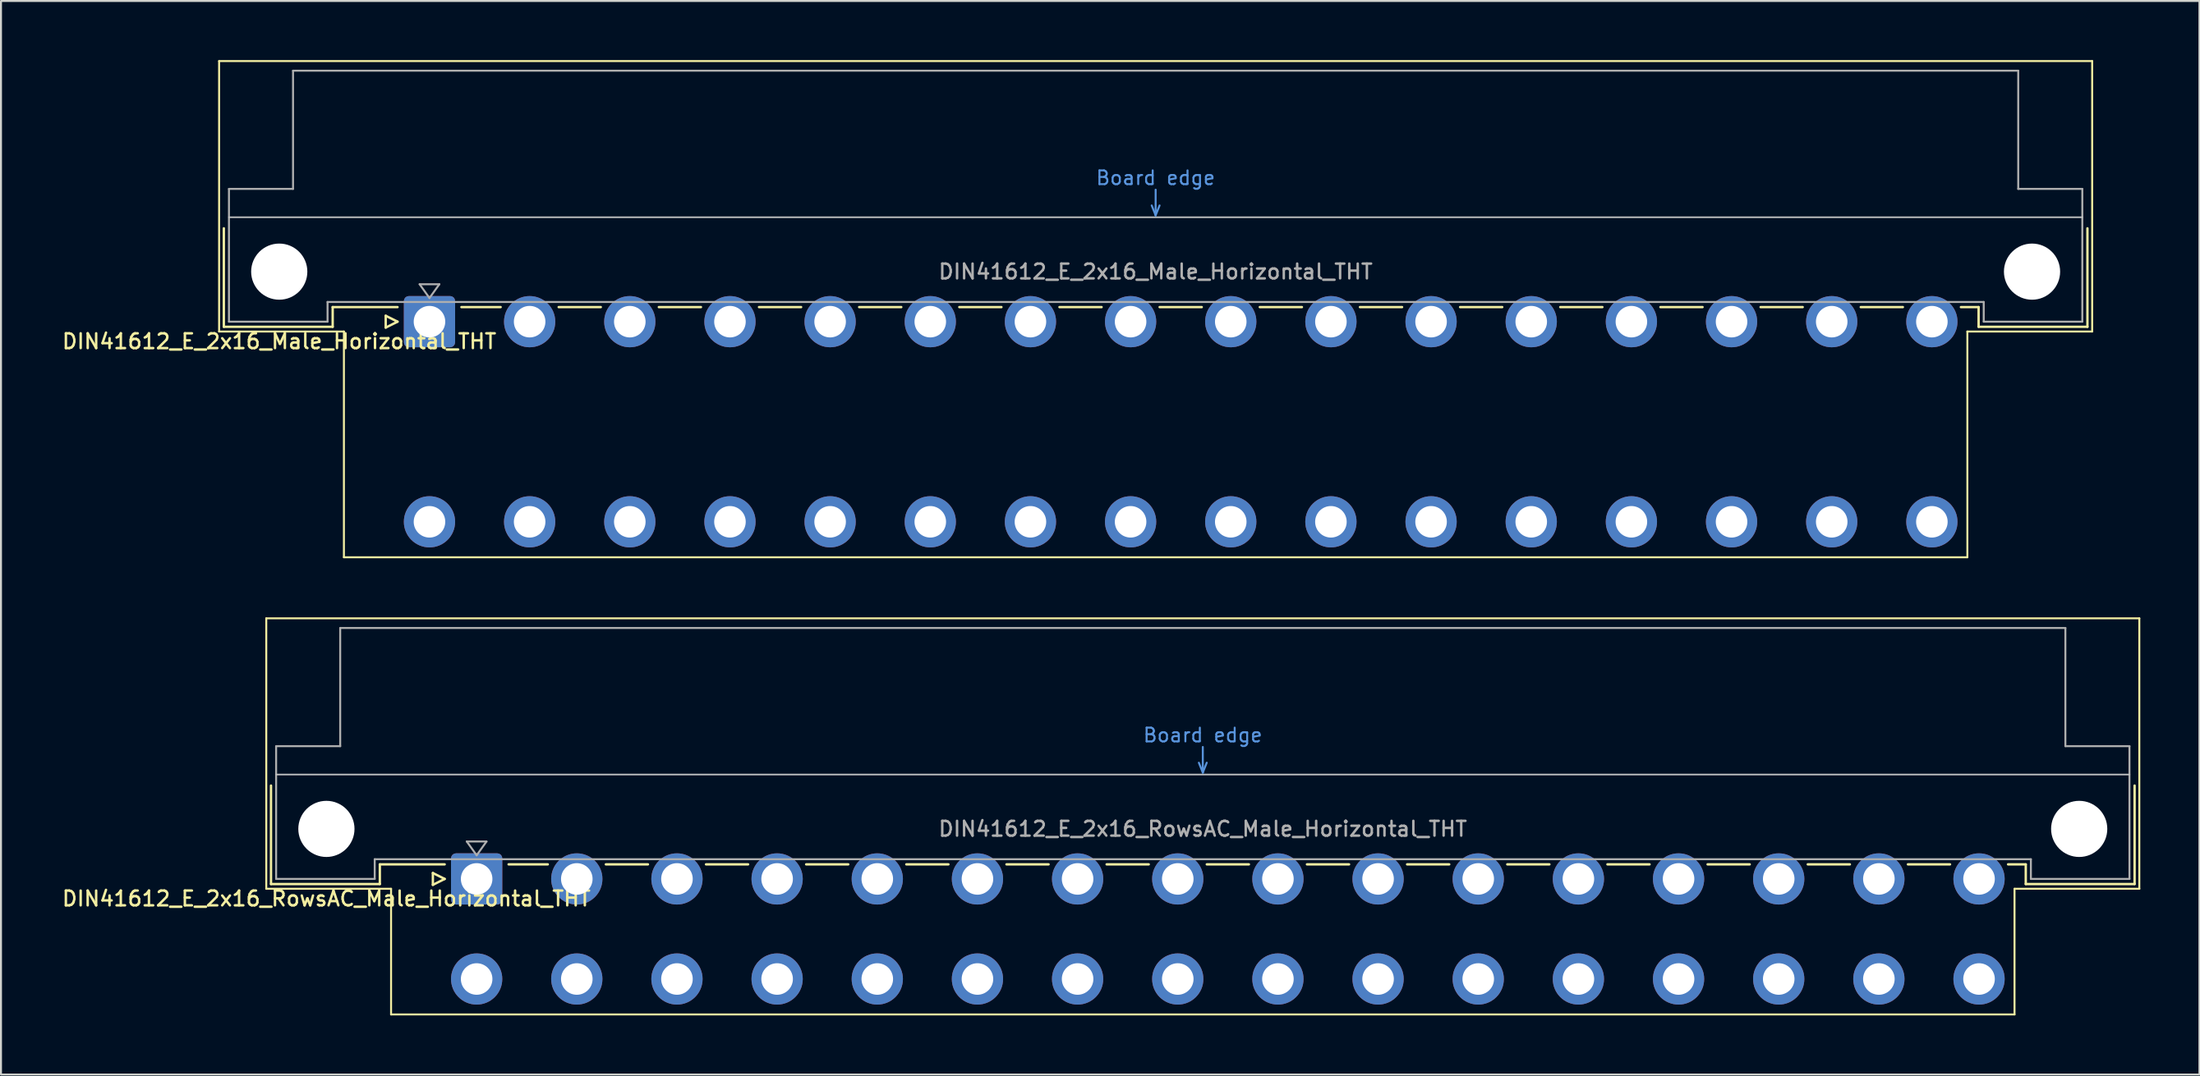
<source format=kicad_pcb>
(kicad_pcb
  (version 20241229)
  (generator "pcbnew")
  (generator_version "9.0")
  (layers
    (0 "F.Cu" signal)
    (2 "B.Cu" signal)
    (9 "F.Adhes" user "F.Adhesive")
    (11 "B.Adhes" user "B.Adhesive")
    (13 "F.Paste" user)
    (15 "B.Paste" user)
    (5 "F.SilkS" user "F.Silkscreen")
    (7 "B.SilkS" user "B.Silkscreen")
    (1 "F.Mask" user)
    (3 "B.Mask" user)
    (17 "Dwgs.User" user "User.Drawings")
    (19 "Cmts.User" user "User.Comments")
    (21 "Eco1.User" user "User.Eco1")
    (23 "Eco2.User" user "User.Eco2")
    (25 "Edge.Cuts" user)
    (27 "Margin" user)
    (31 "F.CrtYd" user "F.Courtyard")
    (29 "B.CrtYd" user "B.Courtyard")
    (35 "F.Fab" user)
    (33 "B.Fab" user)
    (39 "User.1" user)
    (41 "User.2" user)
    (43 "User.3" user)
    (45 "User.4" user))
  (footprint "DIN41612_E_2x16_RowsAC_Male_Horizontal_THT"
    (layer "F.Cu")
    (at 18.585 41.57)
    (property "Reference" "DIN41612_E_2x16_RowsAC_Male_Horizontal_THT" (at -5.08 1 0) (layer "F.SilkS") (effects (font (size 0.75 0.75) (thickness 0.125))))
    (attr through_hole)
    (fp_line (start -8.13 -13.23) (end -8.13 0.5) (stroke (width 0.1) (type solid)) (layer "F.SilkS"))
    (fp_line (start -8.13 0.5) (end -1.8 0.5) (stroke (width 0.1) (type solid)) (layer "F.SilkS"))
    (fp_line (start -7.89 -4.74) (end -7.89 0.26) (stroke (width 0.12) (type solid)) (layer "F.SilkS"))
    (fp_line (start -7.89 0.26) (end -2.37 0.26) (stroke (width 0.12) (type solid)) (layer "F.SilkS"))
    (fp_line (start -2.371 -0.74) (end 0.92 -0.74) (stroke (width 0.12) (type solid)) (layer "F.SilkS"))
    (fp_line (start -2.37 0.26) (end -2.37 -0.74) (stroke (width 0.12) (type solid)) (layer "F.SilkS"))
    (fp_line (start -1.8 0.5) (end -1.8 6.88) (stroke (width 0.1) (type solid)) (layer "F.SilkS"))
    (fp_line (start -1.8 6.88) (end 80.54 6.88) (stroke (width 0.1) (type solid)) (layer "F.SilkS"))
    (fp_line (start 0.32 -0.3) (end 0.32 0.3) (stroke (width 0.12) (type solid)) (layer "F.SilkS"))
    (fp_line (start 0.32 0.3) (end 0.92 0) (stroke (width 0.12) (type solid)) (layer "F.SilkS"))
    (fp_line (start 0.92 0) (end 0.32 -0.3) (stroke (width 0.12) (type solid)) (layer "F.SilkS"))
    (fp_line (start 4.16 -0.74) (end 6.149 -0.74) (stroke (width 0.12) (type solid)) (layer "F.SilkS"))
    (fp_line (start 9.092 -0.74) (end 11.229 -0.74) (stroke (width 0.12) (type solid)) (layer "F.SilkS"))
    (fp_line (start 14.172 -0.74) (end 16.309 -0.74) (stroke (width 0.12) (type solid)) (layer "F.SilkS"))
    (fp_line (start 19.252 -0.74) (end 21.389 -0.74) (stroke (width 0.12) (type solid)) (layer "F.SilkS"))
    (fp_line (start 24.332 -0.74) (end 26.469 -0.74) (stroke (width 0.12) (type solid)) (layer "F.SilkS"))
    (fp_line (start 29.412 -0.74) (end 31.549 -0.74) (stroke (width 0.12) (type solid)) (layer "F.SilkS"))
    (fp_line (start 34.492 -0.74) (end 36.629 -0.74) (stroke (width 0.12) (type solid)) (layer "F.SilkS"))
    (fp_line (start 39.572 -0.74) (end 41.709 -0.74) (stroke (width 0.12) (type solid)) (layer "F.SilkS"))
    (fp_line (start 44.652 -0.74) (end 46.789 -0.74) (stroke (width 0.12) (type solid)) (layer "F.SilkS"))
    (fp_line (start 49.732 -0.74) (end 51.869 -0.74) (stroke (width 0.12) (type solid)) (layer "F.SilkS"))
    (fp_line (start 54.812 -0.74) (end 56.949 -0.74) (stroke (width 0.12) (type solid)) (layer "F.SilkS"))
    (fp_line (start 59.892 -0.74) (end 62.029 -0.74) (stroke (width 0.12) (type solid)) (layer "F.SilkS"))
    (fp_line (start 64.972 -0.74) (end 67.109 -0.74) (stroke (width 0.12) (type solid)) (layer "F.SilkS"))
    (fp_line (start 70.052 -0.74) (end 72.189 -0.74) (stroke (width 0.12) (type solid)) (layer "F.SilkS"))
    (fp_line (start 75.132 -0.74) (end 77.269 -0.74) (stroke (width 0.12) (type solid)) (layer "F.SilkS"))
    (fp_line (start 80.212 -0.74) (end 81.11 -0.74) (stroke (width 0.12) (type solid)) (layer "F.SilkS"))
    (fp_line (start 80.54 0.5) (end 86.87 0.5) (stroke (width 0.1) (type solid)) (layer "F.SilkS"))
    (fp_line (start 80.54 6.88) (end 80.54 0.5) (stroke (width 0.1) (type solid)) (layer "F.SilkS"))
    (fp_line (start 81.11 0.26) (end 81.11 -0.74) (stroke (width 0.12) (type solid)) (layer "F.SilkS"))
    (fp_line (start 86.63 -4.74) (end 86.63 0.26) (stroke (width 0.12) (type solid)) (layer "F.SilkS"))
    (fp_line (start 86.63 0.26) (end 81.11 0.26) (stroke (width 0.12) (type solid)) (layer "F.SilkS"))
    (fp_line (start 86.87 -13.23) (end -8.13 -13.23) (stroke (width 0.1) (type solid)) (layer "F.SilkS"))
    (fp_line (start 86.87 0.5) (end 86.87 -13.23) (stroke (width 0.1) (type solid)) (layer "F.SilkS"))
    (fp_line (start -7.63 -5.3) (end 86.37 -5.3) (stroke (width 0.08) (type solid)) (layer "Dwgs.User"))
    (fp_line (start 39.17 -5.9) (end 39.37 -5.4) (stroke (width 0.1) (type solid)) (layer "Cmts.User"))
    (fp_line (start 39.37 -5.4) (end 39.37 -6.7) (stroke (width 0.1) (type solid)) (layer "Cmts.User"))
    (fp_line (start 39.37 -5.4) (end 39.57 -5.9) (stroke (width 0.1) (type solid)) (layer "Cmts.User"))
    (fp_line (start -7.63 -6.74) (end -7.63 0) (stroke (width 0.1) (type solid)) (layer "F.Fab"))
    (fp_line (start -7.63 0) (end -2.63 0) (stroke (width 0.1) (type solid)) (layer "F.Fab"))
    (fp_line (start -4.38 -12.74) (end -4.38 -6.74) (stroke (width 0.1) (type solid)) (layer "F.Fab"))
    (fp_line (start -4.38 -6.74) (end -7.63 -6.74) (stroke (width 0.1) (type solid)) (layer "F.Fab"))
    (fp_line (start -2.63 -1) (end 81.37 -1) (stroke (width 0.1) (type solid)) (layer "F.Fab"))
    (fp_line (start -2.63 0) (end -2.63 -1) (stroke (width 0.1) (type solid)) (layer "F.Fab"))
    (fp_line (start 2.04 -1.9) (end 3.04 -1.9) (stroke (width 0.1) (type solid)) (layer "F.Fab"))
    (fp_line (start 2.54 -1.2) (end 2.04 -1.9) (stroke (width 0.1) (type solid)) (layer "F.Fab"))
    (fp_line (start 3.04 -1.9) (end 2.54 -1.2) (stroke (width 0.1) (type solid)) (layer "F.Fab"))
    (fp_line (start 81.37 -1) (end 81.37 0) (stroke (width 0.1) (type solid)) (layer "F.Fab"))
    (fp_line (start 81.37 0) (end 86.37 0) (stroke (width 0.1) (type solid)) (layer "F.Fab"))
    (fp_line (start 83.12 -12.74) (end -4.38 -12.74) (stroke (width 0.1) (type solid)) (layer "F.Fab"))
    (fp_line (start 83.12 -6.74) (end 83.12 -12.74) (stroke (width 0.1) (type solid)) (layer "F.Fab"))
    (fp_line (start 86.37 -6.74) (end 83.12 -6.74) (stroke (width 0.1) (type solid)) (layer "F.Fab"))
    (fp_line (start 86.37 0) (end 86.37 -6.74) (stroke (width 0.1) (type solid)) (layer "F.Fab"))
    (fp_text user "Board edge" (at 39.37 -7.3 0) (layer "Cmts.User") (effects (font (size 0.7 0.7) (thickness 0.1))))
    (fp_text user "${REFERENCE}" (at 39.37 -2.54 0) (layer "F.Fab") (effects (font (size 0.75 0.75) (thickness 0.125))))
    (pad "" np_thru_hole circle (at -5.08 -2.54) (size 2.85 2.85) (drill 2.85) (layers "*.Cu" "*.Mask"))
    (pad "" np_thru_hole circle (at 83.82 -2.54) (size 2.85 2.85) (drill 2.85) (layers "*.Cu" "*.Mask"))
    (pad "a2" thru_hole roundrect (at 2.54 0) (size 2.6 2.6) (drill 1.6) (layers "*.Cu" "*.Mask") (roundrect_rratio 0.096))
    (pad "a4" thru_hole circle (at 7.62 0) (size 2.6 2.6) (drill 1.6) (layers "*.Cu" "*.Mask"))
    (pad "a6" thru_hole circle (at 12.7 0) (size 2.6 2.6) (drill 1.6) (layers "*.Cu" "*.Mask"))
    (pad "a8" thru_hole circle (at 17.78 0) (size 2.6 2.6) (drill 1.6) (layers "*.Cu" "*.Mask"))
    (pad "a10" thru_hole circle (at 22.86 0) (size 2.6 2.6) (drill 1.6) (layers "*.Cu" "*.Mask"))
    (pad "a12" thru_hole circle (at 27.94 0) (size 2.6 2.6) (drill 1.6) (layers "*.Cu" "*.Mask"))
    (pad "a14" thru_hole circle (at 33.02 0) (size 2.6 2.6) (drill 1.6) (layers "*.Cu" "*.Mask"))
    (pad "a16" thru_hole circle (at 38.1 0) (size 2.6 2.6) (drill 1.6) (layers "*.Cu" "*.Mask"))
    (pad "a18" thru_hole circle (at 43.18 0) (size 2.6 2.6) (drill 1.6) (layers "*.Cu" "*.Mask"))
    (pad "a20" thru_hole circle (at 48.26 0) (size 2.6 2.6) (drill 1.6) (layers "*.Cu" "*.Mask"))
    (pad "a22" thru_hole circle (at 53.34 0) (size 2.6 2.6) (drill 1.6) (layers "*.Cu" "*.Mask"))
    (pad "a24" thru_hole circle (at 58.42 0) (size 2.6 2.6) (drill 1.6) (layers "*.Cu" "*.Mask"))
    (pad "a26" thru_hole circle (at 63.5 0) (size 2.6 2.6) (drill 1.6) (layers "*.Cu" "*.Mask"))
    (pad "a28" thru_hole circle (at 68.58 0) (size 2.6 2.6) (drill 1.6) (layers "*.Cu" "*.Mask"))
    (pad "a30" thru_hole circle (at 73.66 0) (size 2.6 2.6) (drill 1.6) (layers "*.Cu" "*.Mask"))
    (pad "a32" thru_hole circle (at 78.74 0) (size 2.6 2.6) (drill 1.6) (layers "*.Cu" "*.Mask"))
    (pad "c2" thru_hole circle (at 2.54 5.08) (size 2.6 2.6) (drill 1.6) (layers "*.Cu" "*.Mask"))
    (pad "c4" thru_hole circle (at 7.62 5.08) (size 2.6 2.6) (drill 1.6) (layers "*.Cu" "*.Mask"))
    (pad "c6" thru_hole circle (at 12.7 5.08) (size 2.6 2.6) (drill 1.6) (layers "*.Cu" "*.Mask"))
    (pad "c8" thru_hole circle (at 17.78 5.08) (size 2.6 2.6) (drill 1.6) (layers "*.Cu" "*.Mask"))
    (pad "c10" thru_hole circle (at 22.86 5.08) (size 2.6 2.6) (drill 1.6) (layers "*.Cu" "*.Mask"))
    (pad "c12" thru_hole circle (at 27.94 5.08) (size 2.6 2.6) (drill 1.6) (layers "*.Cu" "*.Mask"))
    (pad "c14" thru_hole circle (at 33.02 5.08) (size 2.6 2.6) (drill 1.6) (layers "*.Cu" "*.Mask"))
    (pad "c16" thru_hole circle (at 38.1 5.08) (size 2.6 2.6) (drill 1.6) (layers "*.Cu" "*.Mask"))
    (pad "c18" thru_hole circle (at 43.18 5.08) (size 2.6 2.6) (drill 1.6) (layers "*.Cu" "*.Mask"))
    (pad "c20" thru_hole circle (at 48.26 5.08) (size 2.6 2.6) (drill 1.6) (layers "*.Cu" "*.Mask"))
    (pad "c22" thru_hole circle (at 53.34 5.08) (size 2.6 2.6) (drill 1.6) (layers "*.Cu" "*.Mask"))
    (pad "c24" thru_hole circle (at 58.42 5.08) (size 2.6 2.6) (drill 1.6) (layers "*.Cu" "*.Mask"))
    (pad "c26" thru_hole circle (at 63.5 5.08) (size 2.6 2.6) (drill 1.6) (layers "*.Cu" "*.Mask"))
    (pad "c28" thru_hole circle (at 68.58 5.08) (size 2.6 2.6) (drill 1.6) (layers "*.Cu" "*.Mask"))
    (pad "c30" thru_hole circle (at 73.66 5.08) (size 2.6 2.6) (drill 1.6) (layers "*.Cu" "*.Mask"))
    (pad "c32" thru_hole circle (at 78.74 5.08) (size 2.6 2.6) (drill 1.6) (layers "*.Cu" "*.Mask")))
  (footprint "DIN41612_E_2x16_Male_Horizontal_THT"
    (layer "F.Cu")
    (at 16.193 13.28)
    (property "Reference" "DIN41612_E_2x16_Male_Horizontal_THT" (at -5.08 1 0) (layer "F.SilkS") (effects (font (size 0.75 0.75) (thickness 0.125))))
    (attr through_hole)
    (fp_line (start -8.13 -13.23) (end -8.13 0.5) (stroke (width 0.1) (type solid)) (layer "F.SilkS"))
    (fp_line (start -8.13 0.5) (end -1.8 0.5) (stroke (width 0.1) (type solid)) (layer "F.SilkS"))
    (fp_line (start -7.89 -4.74) (end -7.89 0.26) (stroke (width 0.12) (type solid)) (layer "F.SilkS"))
    (fp_line (start -7.89 0.26) (end -2.37 0.26) (stroke (width 0.12) (type solid)) (layer "F.SilkS"))
    (fp_line (start -2.371 -0.74) (end 0.92 -0.74) (stroke (width 0.12) (type solid)) (layer "F.SilkS"))
    (fp_line (start -2.37 0.26) (end -2.37 -0.74) (stroke (width 0.12) (type solid)) (layer "F.SilkS"))
    (fp_line (start -1.8 0.5) (end -1.8 11.96) (stroke (width 0.1) (type solid)) (layer "F.SilkS"))
    (fp_line (start -1.8 11.96) (end 80.54 11.96) (stroke (width 0.1) (type solid)) (layer "F.SilkS"))
    (fp_line (start 0.32 -0.3) (end 0.32 0.3) (stroke (width 0.12) (type solid)) (layer "F.SilkS"))
    (fp_line (start 0.32 0.3) (end 0.92 0) (stroke (width 0.12) (type solid)) (layer "F.SilkS"))
    (fp_line (start 0.92 0) (end 0.32 -0.3) (stroke (width 0.12) (type solid)) (layer "F.SilkS"))
    (fp_line (start 4.16 -0.74) (end 6.149 -0.74) (stroke (width 0.12) (type solid)) (layer "F.SilkS"))
    (fp_line (start 9.092 -0.74) (end 11.229 -0.74) (stroke (width 0.12) (type solid)) (layer "F.SilkS"))
    (fp_line (start 14.172 -0.74) (end 16.309 -0.74) (stroke (width 0.12) (type solid)) (layer "F.SilkS"))
    (fp_line (start 19.252 -0.74) (end 21.389 -0.74) (stroke (width 0.12) (type solid)) (layer "F.SilkS"))
    (fp_line (start 24.332 -0.74) (end 26.469 -0.74) (stroke (width 0.12) (type solid)) (layer "F.SilkS"))
    (fp_line (start 29.412 -0.74) (end 31.549 -0.74) (stroke (width 0.12) (type solid)) (layer "F.SilkS"))
    (fp_line (start 34.492 -0.74) (end 36.629 -0.74) (stroke (width 0.12) (type solid)) (layer "F.SilkS"))
    (fp_line (start 39.572 -0.74) (end 41.709 -0.74) (stroke (width 0.12) (type solid)) (layer "F.SilkS"))
    (fp_line (start 44.652 -0.74) (end 46.789 -0.74) (stroke (width 0.12) (type solid)) (layer "F.SilkS"))
    (fp_line (start 49.732 -0.74) (end 51.869 -0.74) (stroke (width 0.12) (type solid)) (layer "F.SilkS"))
    (fp_line (start 54.812 -0.74) (end 56.949 -0.74) (stroke (width 0.12) (type solid)) (layer "F.SilkS"))
    (fp_line (start 59.892 -0.74) (end 62.029 -0.74) (stroke (width 0.12) (type solid)) (layer "F.SilkS"))
    (fp_line (start 64.972 -0.74) (end 67.109 -0.74) (stroke (width 0.12) (type solid)) (layer "F.SilkS"))
    (fp_line (start 70.052 -0.74) (end 72.189 -0.74) (stroke (width 0.12) (type solid)) (layer "F.SilkS"))
    (fp_line (start 75.132 -0.74) (end 77.269 -0.74) (stroke (width 0.12) (type solid)) (layer "F.SilkS"))
    (fp_line (start 80.212 -0.74) (end 81.11 -0.74) (stroke (width 0.12) (type solid)) (layer "F.SilkS"))
    (fp_line (start 80.54 0.5) (end 86.87 0.5) (stroke (width 0.1) (type solid)) (layer "F.SilkS"))
    (fp_line (start 80.54 11.96) (end 80.54 0.5) (stroke (width 0.1) (type solid)) (layer "F.SilkS"))
    (fp_line (start 81.11 0.26) (end 81.11 -0.74) (stroke (width 0.12) (type solid)) (layer "F.SilkS"))
    (fp_line (start 86.63 -4.74) (end 86.63 0.26) (stroke (width 0.12) (type solid)) (layer "F.SilkS"))
    (fp_line (start 86.63 0.26) (end 81.11 0.26) (stroke (width 0.12) (type solid)) (layer "F.SilkS"))
    (fp_line (start 86.87 -13.23) (end -8.13 -13.23) (stroke (width 0.1) (type solid)) (layer "F.SilkS"))
    (fp_line (start 86.87 0.5) (end 86.87 -13.23) (stroke (width 0.1) (type solid)) (layer "F.SilkS"))
    (fp_line (start -7.63 -5.3) (end 86.37 -5.3) (stroke (width 0.08) (type solid)) (layer "Dwgs.User"))
    (fp_line (start 39.17 -5.9) (end 39.37 -5.4) (stroke (width 0.1) (type solid)) (layer "Cmts.User"))
    (fp_line (start 39.37 -5.4) (end 39.37 -6.7) (stroke (width 0.1) (type solid)) (layer "Cmts.User"))
    (fp_line (start 39.37 -5.4) (end 39.57 -5.9) (stroke (width 0.1) (type solid)) (layer "Cmts.User"))
    (fp_line (start -7.63 -6.74) (end -7.63 0) (stroke (width 0.1) (type solid)) (layer "F.Fab"))
    (fp_line (start -7.63 0) (end -2.63 0) (stroke (width 0.1) (type solid)) (layer "F.Fab"))
    (fp_line (start -4.38 -12.74) (end -4.38 -6.74) (stroke (width 0.1) (type solid)) (layer "F.Fab"))
    (fp_line (start -4.38 -6.74) (end -7.63 -6.74) (stroke (width 0.1) (type solid)) (layer "F.Fab"))
    (fp_line (start -2.63 -1) (end 81.37 -1) (stroke (width 0.1) (type solid)) (layer "F.Fab"))
    (fp_line (start -2.63 0) (end -2.63 -1) (stroke (width 0.1) (type solid)) (layer "F.Fab"))
    (fp_line (start 2.04 -1.9) (end 3.04 -1.9) (stroke (width 0.1) (type solid)) (layer "F.Fab"))
    (fp_line (start 2.54 -1.2) (end 2.04 -1.9) (stroke (width 0.1) (type solid)) (layer "F.Fab"))
    (fp_line (start 3.04 -1.9) (end 2.54 -1.2) (stroke (width 0.1) (type solid)) (layer "F.Fab"))
    (fp_line (start 81.37 -1) (end 81.37 0) (stroke (width 0.1) (type solid)) (layer "F.Fab"))
    (fp_line (start 81.37 0) (end 86.37 0) (stroke (width 0.1) (type solid)) (layer "F.Fab"))
    (fp_line (start 83.12 -12.74) (end -4.38 -12.74) (stroke (width 0.1) (type solid)) (layer "F.Fab"))
    (fp_line (start 83.12 -6.74) (end 83.12 -12.74) (stroke (width 0.1) (type solid)) (layer "F.Fab"))
    (fp_line (start 86.37 -6.74) (end 83.12 -6.74) (stroke (width 0.1) (type solid)) (layer "F.Fab"))
    (fp_line (start 86.37 0) (end 86.37 -6.74) (stroke (width 0.1) (type solid)) (layer "F.Fab"))
    (fp_text user "Board edge" (at 39.37 -7.3 0) (layer "Cmts.User") (effects (font (size 0.7 0.7) (thickness 0.1))))
    (fp_text user "${REFERENCE}" (at 39.37 -2.54 0) (layer "F.Fab") (effects (font (size 0.75 0.75) (thickness 0.125))))
    (pad "" np_thru_hole circle (at -5.08 -2.54) (size 2.85 2.85) (drill 2.85) (layers "*.Cu" "*.Mask"))
    (pad "" np_thru_hole circle (at 83.82 -2.54) (size 2.85 2.85) (drill 2.85) (layers "*.Cu" "*.Mask"))
    (pad "a2" thru_hole roundrect (at 2.54 0) (size 2.6 2.6) (drill 1.6) (layers "*.Cu" "*.Mask") (roundrect_rratio 0.096))
    (pad "a4" thru_hole circle (at 7.62 0) (size 2.6 2.6) (drill 1.6) (layers "*.Cu" "*.Mask"))
    (pad "a6" thru_hole circle (at 12.7 0) (size 2.6 2.6) (drill 1.6) (layers "*.Cu" "*.Mask"))
    (pad "a8" thru_hole circle (at 17.78 0) (size 2.6 2.6) (drill 1.6) (layers "*.Cu" "*.Mask"))
    (pad "a10" thru_hole circle (at 22.86 0) (size 2.6 2.6) (drill 1.6) (layers "*.Cu" "*.Mask"))
    (pad "a12" thru_hole circle (at 27.94 0) (size 2.6 2.6) (drill 1.6) (layers "*.Cu" "*.Mask"))
    (pad "a14" thru_hole circle (at 33.02 0) (size 2.6 2.6) (drill 1.6) (layers "*.Cu" "*.Mask"))
    (pad "a16" thru_hole circle (at 38.1 0) (size 2.6 2.6) (drill 1.6) (layers "*.Cu" "*.Mask"))
    (pad "a18" thru_hole circle (at 43.18 0) (size 2.6 2.6) (drill 1.6) (layers "*.Cu" "*.Mask"))
    (pad "a20" thru_hole circle (at 48.26 0) (size 2.6 2.6) (drill 1.6) (layers "*.Cu" "*.Mask"))
    (pad "a22" thru_hole circle (at 53.34 0) (size 2.6 2.6) (drill 1.6) (layers "*.Cu" "*.Mask"))
    (pad "a24" thru_hole circle (at 58.42 0) (size 2.6 2.6) (drill 1.6) (layers "*.Cu" "*.Mask"))
    (pad "a26" thru_hole circle (at 63.5 0) (size 2.6 2.6) (drill 1.6) (layers "*.Cu" "*.Mask"))
    (pad "a28" thru_hole circle (at 68.58 0) (size 2.6 2.6) (drill 1.6) (layers "*.Cu" "*.Mask"))
    (pad "a30" thru_hole circle (at 73.66 0) (size 2.6 2.6) (drill 1.6) (layers "*.Cu" "*.Mask"))
    (pad "a32" thru_hole circle (at 78.74 0) (size 2.6 2.6) (drill 1.6) (layers "*.Cu" "*.Mask"))
    (pad "e2" thru_hole circle (at 2.54 10.16) (size 2.6 2.6) (drill 1.6) (layers "*.Cu" "*.Mask"))
    (pad "e4" thru_hole circle (at 7.62 10.16) (size 2.6 2.6) (drill 1.6) (layers "*.Cu" "*.Mask"))
    (pad "e6" thru_hole circle (at 12.7 10.16) (size 2.6 2.6) (drill 1.6) (layers "*.Cu" "*.Mask"))
    (pad "e8" thru_hole circle (at 17.78 10.16) (size 2.6 2.6) (drill 1.6) (layers "*.Cu" "*.Mask"))
    (pad "e10" thru_hole circle (at 22.86 10.16) (size 2.6 2.6) (drill 1.6) (layers "*.Cu" "*.Mask"))
    (pad "e12" thru_hole circle (at 27.94 10.16) (size 2.6 2.6) (drill 1.6) (layers "*.Cu" "*.Mask"))
    (pad "e14" thru_hole circle (at 33.02 10.16) (size 2.6 2.6) (drill 1.6) (layers "*.Cu" "*.Mask"))
    (pad "e16" thru_hole circle (at 38.1 10.16) (size 2.6 2.6) (drill 1.6) (layers "*.Cu" "*.Mask"))
    (pad "e18" thru_hole circle (at 43.18 10.16) (size 2.6 2.6) (drill 1.6) (layers "*.Cu" "*.Mask"))
    (pad "e20" thru_hole circle (at 48.26 10.16) (size 2.6 2.6) (drill 1.6) (layers "*.Cu" "*.Mask"))
    (pad "e22" thru_hole circle (at 53.34 10.16) (size 2.6 2.6) (drill 1.6) (layers "*.Cu" "*.Mask"))
    (pad "e24" thru_hole circle (at 58.42 10.16) (size 2.6 2.6) (drill 1.6) (layers "*.Cu" "*.Mask"))
    (pad "e26" thru_hole circle (at 63.5 10.16) (size 2.6 2.6) (drill 1.6) (layers "*.Cu" "*.Mask"))
    (pad "e28" thru_hole circle (at 68.58 10.16) (size 2.6 2.6) (drill 1.6) (layers "*.Cu" "*.Mask"))
    (pad "e30" thru_hole circle (at 73.66 10.16) (size 2.6 2.6) (drill 1.6) (layers "*.Cu" "*.Mask"))
    (pad "e32" thru_hole circle (at 78.74 10.16) (size 2.6 2.6) (drill 1.6) (layers "*.Cu" "*.Mask")))
  (gr_rect
    (start -3 -3)
    (end 108.505 51.5)
    (stroke (width 0.1) (type default))
    (fill no)
    (layer "Edge.Cuts")))
</source>
